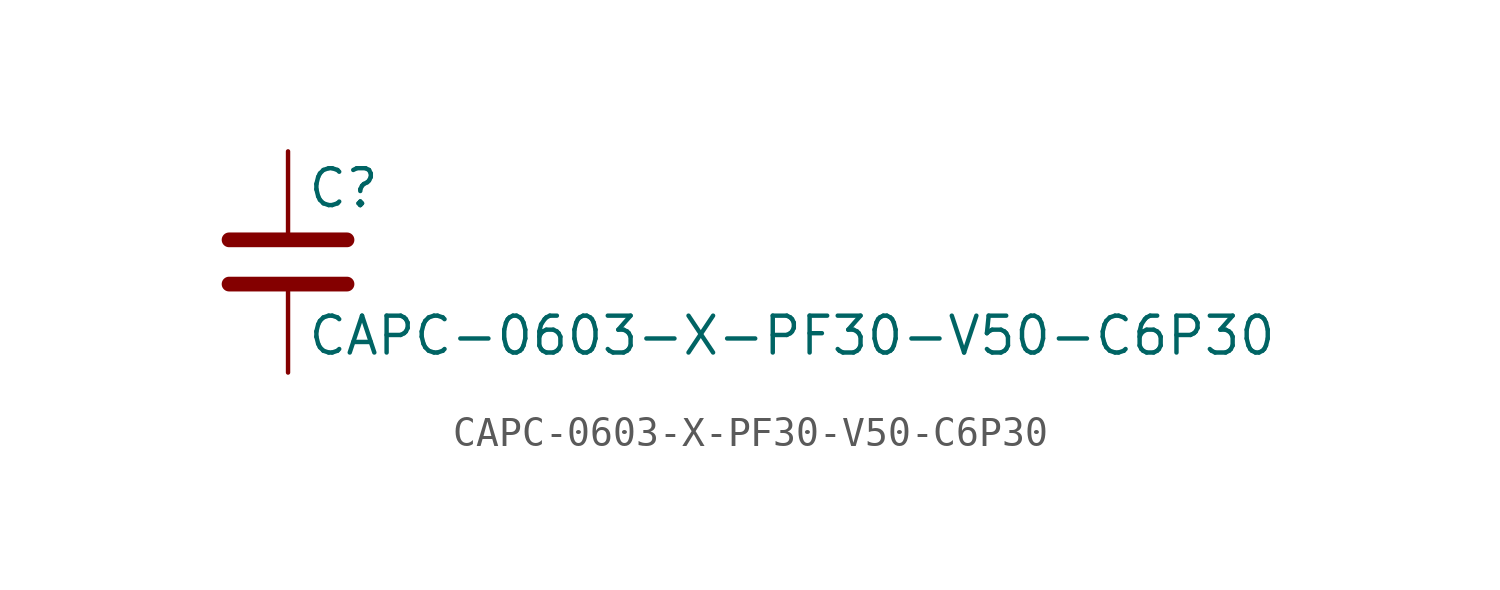
<source format=kicad_sym>
(kicad_symbol_lib
  (version 20211014)
  (generator kicad_symbol_editor)
  (symbol "CAPC-0603-X-PF30-V50-C6P30"
    (pin_numbers hide)
    (pin_names
      (offset 0.254))
    (property "Reference" "C"
      (at 0.635 2.54 0)
      (effects (font (size 1.27 1.27)) (justify left)))
    (property "Value" "CAPC-0603-X-PF30-V50-C6P30"
      (at 0.635 -2.54 0)
      (effects (font (size 1.27 1.27)) (justify left)))
    (symbol "CAPC-0603-X-PF30-V50-C6P30_0_1"
      (polyline (pts (xy -2.032 -0.762) (xy 2.032 -0.762)) (stroke (width 0.508) (type default) (color 0 0 0 0)) (fill (type none)))
      (polyline (pts (xy -2.032 0.762) (xy 2.032 0.762)) (stroke (width 0.508) (type default) (color 0 0 0 0)) (fill (type none))))
    (symbol "CAPC-0603-X-PF30-V50-C6P30_1_1"
      (pin passive line (at 0 3.81 270) (length 2.794) (name "~" (effects (font (size 1.27 1.27)))) (number "1" (effects (font (size 1.27 1.27)))))
      (pin passive line (at 0 -3.81 90) (length 2.794) (name "~" (effects (font (size 1.27 1.27)))) (number "2" (effects (font (size 1.27 1.27))))))))
</source>
